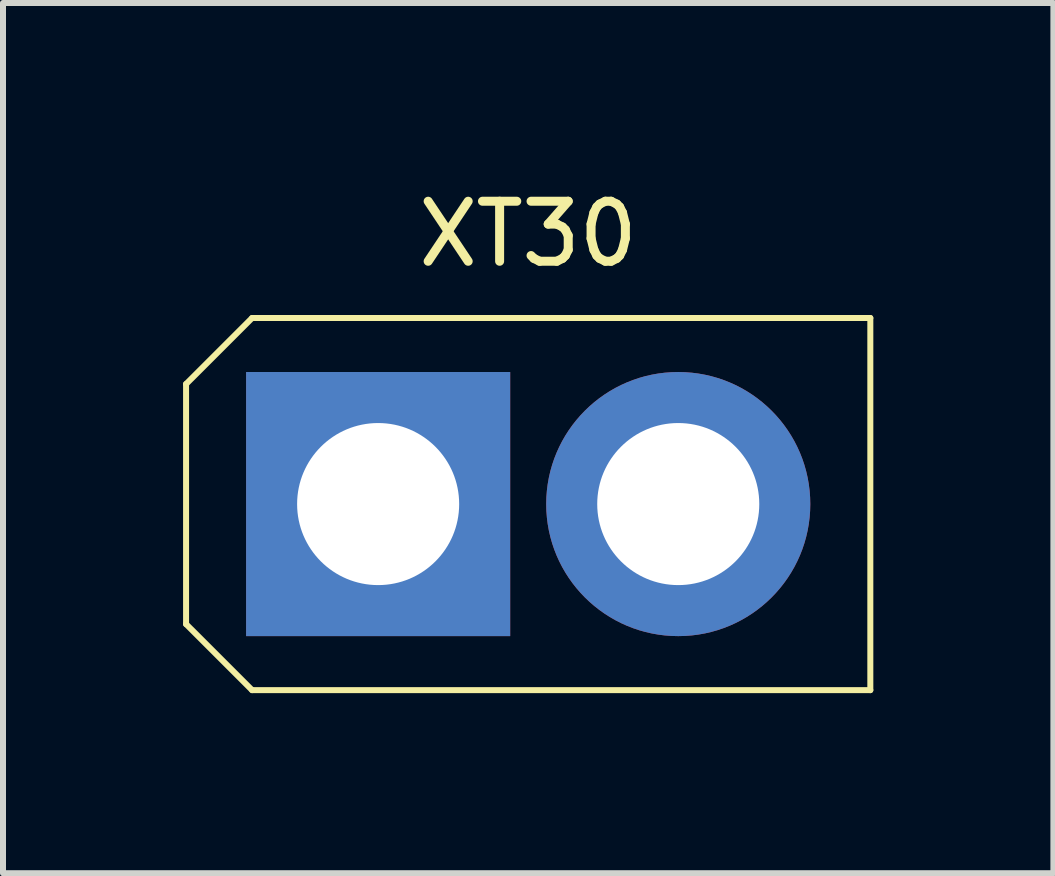
<source format=kicad_pcb>
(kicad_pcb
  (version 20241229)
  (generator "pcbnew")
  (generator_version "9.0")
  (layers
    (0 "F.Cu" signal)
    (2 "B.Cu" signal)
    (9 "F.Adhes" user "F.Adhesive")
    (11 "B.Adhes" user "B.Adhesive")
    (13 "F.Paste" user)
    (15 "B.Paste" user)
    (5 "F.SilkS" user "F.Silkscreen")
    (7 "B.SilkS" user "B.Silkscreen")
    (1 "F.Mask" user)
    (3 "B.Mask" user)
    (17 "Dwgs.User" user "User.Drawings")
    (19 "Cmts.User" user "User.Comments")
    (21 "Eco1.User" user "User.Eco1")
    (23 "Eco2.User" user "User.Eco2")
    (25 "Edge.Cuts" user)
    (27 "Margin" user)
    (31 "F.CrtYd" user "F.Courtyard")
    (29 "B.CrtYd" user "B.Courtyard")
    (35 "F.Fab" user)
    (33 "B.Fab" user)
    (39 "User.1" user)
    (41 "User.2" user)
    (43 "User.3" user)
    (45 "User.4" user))
  (footprint "XT30"
    (layer "F.Cu")
    (at 5.75 5.348)
    (property "Reference" "XT30" (at 0 -4.5 0) (layer "F.SilkS") (effects (font (size 1 1) (thickness 0.15))))
    (attr through_hole)
    (fp_line (start -5.7 -2) (end -4.6 -3.1) (stroke (width 0.1) (type solid)) (layer "F.SilkS"))
    (fp_line (start -5.7 2) (end -5.7 -2) (stroke (width 0.1) (type solid)) (layer "F.SilkS"))
    (fp_line (start -4.6 -3.1) (end 5.7 -3.1) (stroke (width 0.1) (type solid)) (layer "F.SilkS"))
    (fp_line (start -4.6 3.1) (end -5.7 2) (stroke (width 0.1) (type solid)) (layer "F.SilkS"))
    (fp_line (start 5.7 -3.1) (end 5.7 3.1) (stroke (width 0.1) (type solid)) (layer "F.SilkS"))
    (fp_line (start 5.7 3.1) (end -4.6 3.1) (stroke (width 0.1) (type solid)) (layer "F.SilkS"))
    (pad "1" thru_hole rect (at -2.5 0) (size 4.4 4.4) (drill 2.7) (layers "*.Cu" "*.Mask"))
    (pad "2" thru_hole circle (at 2.5 0) (size 4.4 4.4) (drill 2.7) (layers "*.Cu" "*.Mask")))
  (gr_rect
    (start -3 -3)
    (end 14.5 11.498)
    (stroke (width 0.1) (type default))
    (fill no)
    (layer "Edge.Cuts")))
</source>
